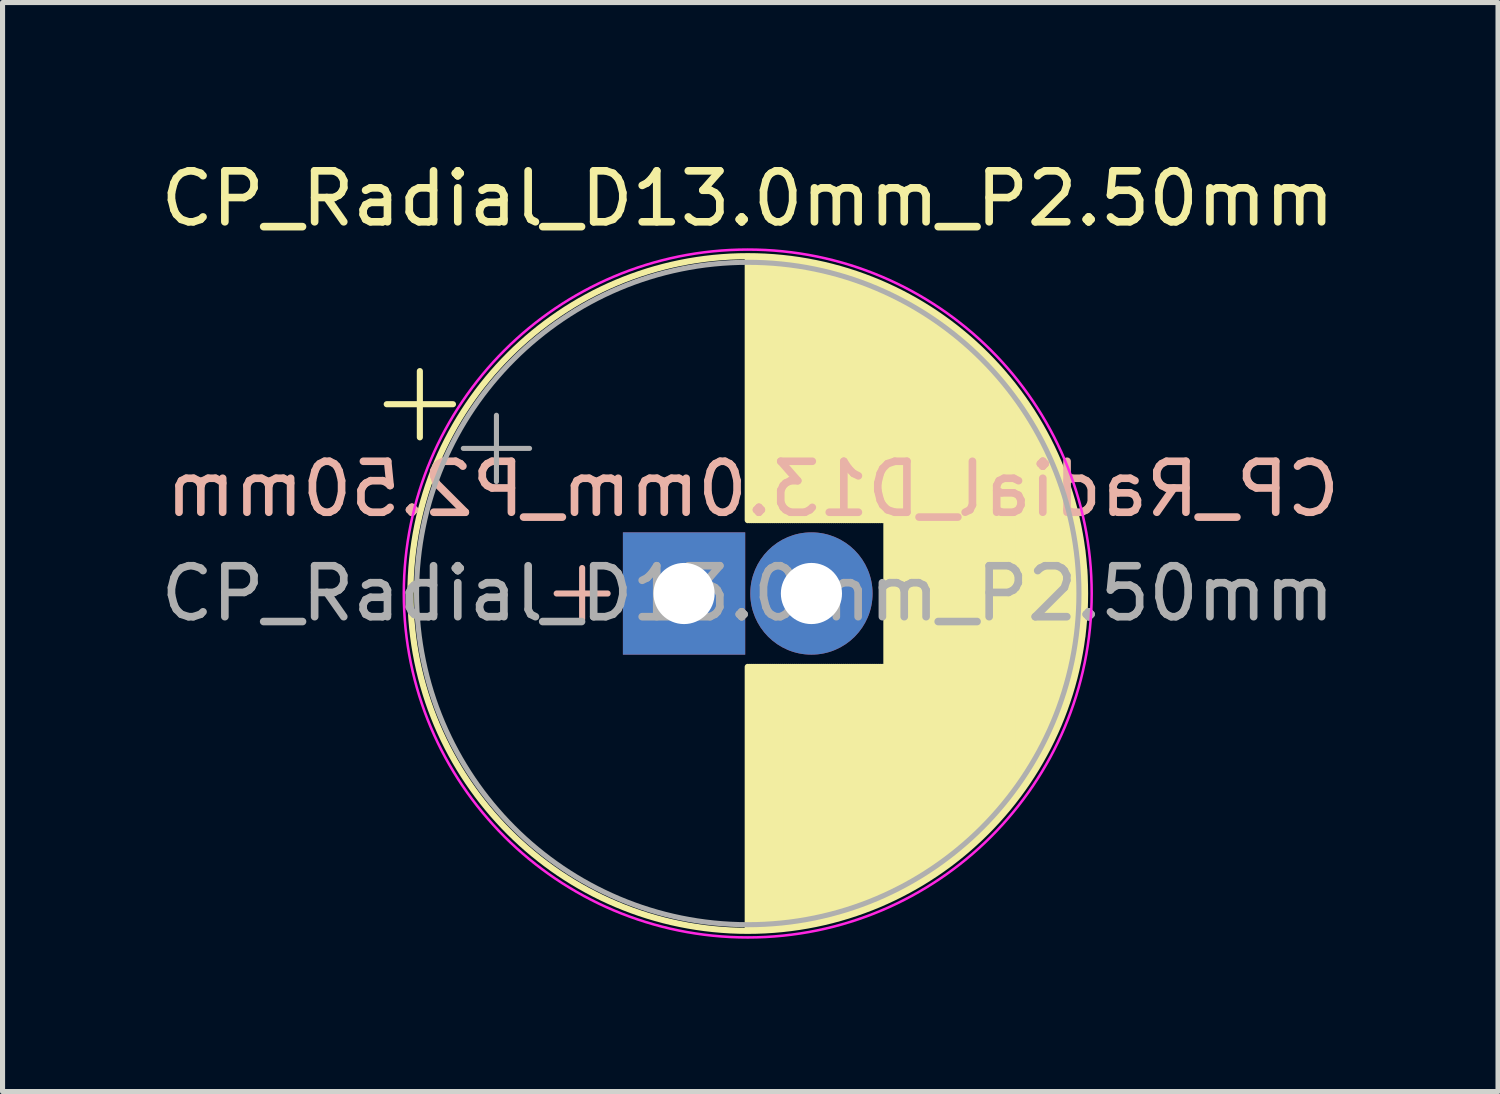
<source format=kicad_pcb>
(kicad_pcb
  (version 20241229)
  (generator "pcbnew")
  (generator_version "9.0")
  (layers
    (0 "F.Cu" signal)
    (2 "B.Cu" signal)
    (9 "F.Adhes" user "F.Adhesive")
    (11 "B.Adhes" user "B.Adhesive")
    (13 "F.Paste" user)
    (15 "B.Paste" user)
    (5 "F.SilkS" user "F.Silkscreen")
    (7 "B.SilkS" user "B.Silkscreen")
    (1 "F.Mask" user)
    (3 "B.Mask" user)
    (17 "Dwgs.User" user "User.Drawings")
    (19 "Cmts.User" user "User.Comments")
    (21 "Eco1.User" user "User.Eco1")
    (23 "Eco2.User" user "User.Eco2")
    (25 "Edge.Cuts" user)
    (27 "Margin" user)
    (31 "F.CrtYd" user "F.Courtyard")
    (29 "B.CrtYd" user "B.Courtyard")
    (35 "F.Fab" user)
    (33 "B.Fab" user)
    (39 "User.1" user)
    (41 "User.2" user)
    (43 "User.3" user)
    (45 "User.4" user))
  (footprint "CP_Radial_D13.0mm_P2.50mm"
    (layer "F.Cu")
    (at 10.375 8.598)
    (property "Reference" "CP_Radial_D13.0mm_P2.50mm" (at 1.25 -7.75 0) (layer "F.SilkS") (effects (font (size 1 1) (thickness 0.15))))
    (fp_line (start -5.835 -3.715) (end -4.535 -3.715) (stroke (width 0.12) (type solid)) (layer "F.SilkS"))
    (fp_line (start -5.185 -4.365) (end -5.185 -3.065) (stroke (width 0.12) (type solid)) (layer "F.SilkS"))
    (fp_line (start 1.25 -6.58) (end 1.25 -1.44) (stroke (width 0.12) (type solid)) (layer "F.SilkS"))
    (fp_line (start 1.25 1.44) (end 1.25 6.58) (stroke (width 0.12) (type solid)) (layer "F.SilkS"))
    (fp_line (start 1.29 -6.58) (end 1.29 -1.44) (stroke (width 0.12) (type solid)) (layer "F.SilkS"))
    (fp_line (start 1.29 1.44) (end 1.29 6.58) (stroke (width 0.12) (type solid)) (layer "F.SilkS"))
    (fp_line (start 1.33 -6.58) (end 1.33 -1.44) (stroke (width 0.12) (type solid)) (layer "F.SilkS"))
    (fp_line (start 1.33 1.44) (end 1.33 6.58) (stroke (width 0.12) (type solid)) (layer "F.SilkS"))
    (fp_line (start 1.37 -6.579) (end 1.37 -1.44) (stroke (width 0.12) (type solid)) (layer "F.SilkS"))
    (fp_line (start 1.37 1.44) (end 1.37 6.579) (stroke (width 0.12) (type solid)) (layer "F.SilkS"))
    (fp_line (start 1.41 -6.579) (end 1.41 -1.44) (stroke (width 0.12) (type solid)) (layer "F.SilkS"))
    (fp_line (start 1.41 1.44) (end 1.41 6.579) (stroke (width 0.12) (type solid)) (layer "F.SilkS"))
    (fp_line (start 1.45 -6.577) (end 1.45 -1.44) (stroke (width 0.12) (type solid)) (layer "F.SilkS"))
    (fp_line (start 1.45 1.44) (end 1.45 6.577) (stroke (width 0.12) (type solid)) (layer "F.SilkS"))
    (fp_line (start 1.49 -6.576) (end 1.49 -1.44) (stroke (width 0.12) (type solid)) (layer "F.SilkS"))
    (fp_line (start 1.49 1.44) (end 1.49 6.576) (stroke (width 0.12) (type solid)) (layer "F.SilkS"))
    (fp_line (start 1.53 -6.575) (end 1.53 -1.44) (stroke (width 0.12) (type solid)) (layer "F.SilkS"))
    (fp_line (start 1.53 1.44) (end 1.53 6.575) (stroke (width 0.12) (type solid)) (layer "F.SilkS"))
    (fp_line (start 1.57 -6.573) (end 1.57 -1.44) (stroke (width 0.12) (type solid)) (layer "F.SilkS"))
    (fp_line (start 1.57 1.44) (end 1.57 6.573) (stroke (width 0.12) (type solid)) (layer "F.SilkS"))
    (fp_line (start 1.61 -6.571) (end 1.61 -1.44) (stroke (width 0.12) (type solid)) (layer "F.SilkS"))
    (fp_line (start 1.61 1.44) (end 1.61 6.571) (stroke (width 0.12) (type solid)) (layer "F.SilkS"))
    (fp_line (start 1.65 -6.568) (end 1.65 -1.44) (stroke (width 0.12) (type solid)) (layer "F.SilkS"))
    (fp_line (start 1.65 1.44) (end 1.65 6.568) (stroke (width 0.12) (type solid)) (layer "F.SilkS"))
    (fp_line (start 1.69 -6.566) (end 1.69 -1.44) (stroke (width 0.12) (type solid)) (layer "F.SilkS"))
    (fp_line (start 1.69 1.44) (end 1.69 6.566) (stroke (width 0.12) (type solid)) (layer "F.SilkS"))
    (fp_line (start 1.73 -6.563) (end 1.73 -1.44) (stroke (width 0.12) (type solid)) (layer "F.SilkS"))
    (fp_line (start 1.73 1.44) (end 1.73 6.563) (stroke (width 0.12) (type solid)) (layer "F.SilkS"))
    (fp_line (start 1.77 -6.56) (end 1.77 -1.44) (stroke (width 0.12) (type solid)) (layer "F.SilkS"))
    (fp_line (start 1.77 1.44) (end 1.77 6.56) (stroke (width 0.12) (type solid)) (layer "F.SilkS"))
    (fp_line (start 1.81 -6.557) (end 1.81 -1.44) (stroke (width 0.12) (type solid)) (layer "F.SilkS"))
    (fp_line (start 1.81 1.44) (end 1.81 6.557) (stroke (width 0.12) (type solid)) (layer "F.SilkS"))
    (fp_line (start 1.85 -6.553) (end 1.85 -1.44) (stroke (width 0.12) (type solid)) (layer "F.SilkS"))
    (fp_line (start 1.85 1.44) (end 1.85 6.553) (stroke (width 0.12) (type solid)) (layer "F.SilkS"))
    (fp_line (start 1.89 -6.549) (end 1.89 -1.44) (stroke (width 0.12) (type solid)) (layer "F.SilkS"))
    (fp_line (start 1.89 1.44) (end 1.89 6.549) (stroke (width 0.12) (type solid)) (layer "F.SilkS"))
    (fp_line (start 1.93 -6.545) (end 1.93 -1.44) (stroke (width 0.12) (type solid)) (layer "F.SilkS"))
    (fp_line (start 1.93 1.44) (end 1.93 6.545) (stroke (width 0.12) (type solid)) (layer "F.SilkS"))
    (fp_line (start 1.971 -6.541) (end 1.971 -1.44) (stroke (width 0.12) (type solid)) (layer "F.SilkS"))
    (fp_line (start 1.971 1.44) (end 1.971 6.541) (stroke (width 0.12) (type solid)) (layer "F.SilkS"))
    (fp_line (start 2.011 -6.537) (end 2.011 -1.44) (stroke (width 0.12) (type solid)) (layer "F.SilkS"))
    (fp_line (start 2.011 1.44) (end 2.011 6.537) (stroke (width 0.12) (type solid)) (layer "F.SilkS"))
    (fp_line (start 2.051 -6.532) (end 2.051 -1.44) (stroke (width 0.12) (type solid)) (layer "F.SilkS"))
    (fp_line (start 2.051 1.44) (end 2.051 6.532) (stroke (width 0.12) (type solid)) (layer "F.SilkS"))
    (fp_line (start 2.091 -6.527) (end 2.091 -1.44) (stroke (width 0.12) (type solid)) (layer "F.SilkS"))
    (fp_line (start 2.091 1.44) (end 2.091 6.527) (stroke (width 0.12) (type solid)) (layer "F.SilkS"))
    (fp_line (start 2.131 -6.522) (end 2.131 -1.44) (stroke (width 0.12) (type solid)) (layer "F.SilkS"))
    (fp_line (start 2.131 1.44) (end 2.131 6.522) (stroke (width 0.12) (type solid)) (layer "F.SilkS"))
    (fp_line (start 2.171 -6.516) (end 2.171 -1.44) (stroke (width 0.12) (type solid)) (layer "F.SilkS"))
    (fp_line (start 2.171 1.44) (end 2.171 6.516) (stroke (width 0.12) (type solid)) (layer "F.SilkS"))
    (fp_line (start 2.211 -6.511) (end 2.211 -1.44) (stroke (width 0.12) (type solid)) (layer "F.SilkS"))
    (fp_line (start 2.211 1.44) (end 2.211 6.511) (stroke (width 0.12) (type solid)) (layer "F.SilkS"))
    (fp_line (start 2.251 -6.505) (end 2.251 -1.44) (stroke (width 0.12) (type solid)) (layer "F.SilkS"))
    (fp_line (start 2.251 1.44) (end 2.251 6.505) (stroke (width 0.12) (type solid)) (layer "F.SilkS"))
    (fp_line (start 2.291 -6.498) (end 2.291 -1.44) (stroke (width 0.12) (type solid)) (layer "F.SilkS"))
    (fp_line (start 2.291 1.44) (end 2.291 6.498) (stroke (width 0.12) (type solid)) (layer "F.SilkS"))
    (fp_line (start 2.331 -6.492) (end 2.331 -1.44) (stroke (width 0.12) (type solid)) (layer "F.SilkS"))
    (fp_line (start 2.331 1.44) (end 2.331 6.492) (stroke (width 0.12) (type solid)) (layer "F.SilkS"))
    (fp_line (start 2.371 -6.485) (end 2.371 -1.44) (stroke (width 0.12) (type solid)) (layer "F.SilkS"))
    (fp_line (start 2.371 1.44) (end 2.371 6.485) (stroke (width 0.12) (type solid)) (layer "F.SilkS"))
    (fp_line (start 2.411 -6.478) (end 2.411 -1.44) (stroke (width 0.12) (type solid)) (layer "F.SilkS"))
    (fp_line (start 2.411 1.44) (end 2.411 6.478) (stroke (width 0.12) (type solid)) (layer "F.SilkS"))
    (fp_line (start 2.451 -6.471) (end 2.451 -1.44) (stroke (width 0.12) (type solid)) (layer "F.SilkS"))
    (fp_line (start 2.451 1.44) (end 2.451 6.471) (stroke (width 0.12) (type solid)) (layer "F.SilkS"))
    (fp_line (start 2.491 -6.463) (end 2.491 -1.44) (stroke (width 0.12) (type solid)) (layer "F.SilkS"))
    (fp_line (start 2.491 1.44) (end 2.491 6.463) (stroke (width 0.12) (type solid)) (layer "F.SilkS"))
    (fp_line (start 2.531 -6.456) (end 2.531 -1.44) (stroke (width 0.12) (type solid)) (layer "F.SilkS"))
    (fp_line (start 2.531 1.44) (end 2.531 6.456) (stroke (width 0.12) (type solid)) (layer "F.SilkS"))
    (fp_line (start 2.571 -6.448) (end 2.571 -1.44) (stroke (width 0.12) (type solid)) (layer "F.SilkS"))
    (fp_line (start 2.571 1.44) (end 2.571 6.448) (stroke (width 0.12) (type solid)) (layer "F.SilkS"))
    (fp_line (start 2.611 -6.439) (end 2.611 -1.44) (stroke (width 0.12) (type solid)) (layer "F.SilkS"))
    (fp_line (start 2.611 1.44) (end 2.611 6.439) (stroke (width 0.12) (type solid)) (layer "F.SilkS"))
    (fp_line (start 2.651 -6.431) (end 2.651 -1.44) (stroke (width 0.12) (type solid)) (layer "F.SilkS"))
    (fp_line (start 2.651 1.44) (end 2.651 6.431) (stroke (width 0.12) (type solid)) (layer "F.SilkS"))
    (fp_line (start 2.691 -6.422) (end 2.691 -1.44) (stroke (width 0.12) (type solid)) (layer "F.SilkS"))
    (fp_line (start 2.691 1.44) (end 2.691 6.422) (stroke (width 0.12) (type solid)) (layer "F.SilkS"))
    (fp_line (start 2.731 -6.413) (end 2.731 -1.44) (stroke (width 0.12) (type solid)) (layer "F.SilkS"))
    (fp_line (start 2.731 1.44) (end 2.731 6.413) (stroke (width 0.12) (type solid)) (layer "F.SilkS"))
    (fp_line (start 2.771 -6.404) (end 2.771 -1.44) (stroke (width 0.12) (type solid)) (layer "F.SilkS"))
    (fp_line (start 2.771 1.44) (end 2.771 6.404) (stroke (width 0.12) (type solid)) (layer "F.SilkS"))
    (fp_line (start 2.811 -6.394) (end 2.811 -1.44) (stroke (width 0.12) (type solid)) (layer "F.SilkS"))
    (fp_line (start 2.811 1.44) (end 2.811 6.394) (stroke (width 0.12) (type solid)) (layer "F.SilkS"))
    (fp_line (start 2.851 -6.384) (end 2.851 -1.44) (stroke (width 0.12) (type solid)) (layer "F.SilkS"))
    (fp_line (start 2.851 1.44) (end 2.851 6.384) (stroke (width 0.12) (type solid)) (layer "F.SilkS"))
    (fp_line (start 2.891 -6.374) (end 2.891 -1.44) (stroke (width 0.12) (type solid)) (layer "F.SilkS"))
    (fp_line (start 2.891 1.44) (end 2.891 6.374) (stroke (width 0.12) (type solid)) (layer "F.SilkS"))
    (fp_line (start 2.931 -6.364) (end 2.931 -1.44) (stroke (width 0.12) (type solid)) (layer "F.SilkS"))
    (fp_line (start 2.931 1.44) (end 2.931 6.364) (stroke (width 0.12) (type solid)) (layer "F.SilkS"))
    (fp_line (start 2.971 -6.353) (end 2.971 -1.44) (stroke (width 0.12) (type solid)) (layer "F.SilkS"))
    (fp_line (start 2.971 1.44) (end 2.971 6.353) (stroke (width 0.12) (type solid)) (layer "F.SilkS"))
    (fp_line (start 3.011 -6.342) (end 3.011 -1.44) (stroke (width 0.12) (type solid)) (layer "F.SilkS"))
    (fp_line (start 3.011 1.44) (end 3.011 6.342) (stroke (width 0.12) (type solid)) (layer "F.SilkS"))
    (fp_line (start 3.051 -6.331) (end 3.051 -1.44) (stroke (width 0.12) (type solid)) (layer "F.SilkS"))
    (fp_line (start 3.051 1.44) (end 3.051 6.331) (stroke (width 0.12) (type solid)) (layer "F.SilkS"))
    (fp_line (start 3.091 -6.32) (end 3.091 -1.44) (stroke (width 0.12) (type solid)) (layer "F.SilkS"))
    (fp_line (start 3.091 1.44) (end 3.091 6.32) (stroke (width 0.12) (type solid)) (layer "F.SilkS"))
    (fp_line (start 3.131 -6.308) (end 3.131 -1.44) (stroke (width 0.12) (type solid)) (layer "F.SilkS"))
    (fp_line (start 3.131 1.44) (end 3.131 6.308) (stroke (width 0.12) (type solid)) (layer "F.SilkS"))
    (fp_line (start 3.171 -6.296) (end 3.171 -1.44) (stroke (width 0.12) (type solid)) (layer "F.SilkS"))
    (fp_line (start 3.171 1.44) (end 3.171 6.296) (stroke (width 0.12) (type solid)) (layer "F.SilkS"))
    (fp_line (start 3.211 -6.284) (end 3.211 -1.44) (stroke (width 0.12) (type solid)) (layer "F.SilkS"))
    (fp_line (start 3.211 1.44) (end 3.211 6.284) (stroke (width 0.12) (type solid)) (layer "F.SilkS"))
    (fp_line (start 3.251 -6.271) (end 3.251 -1.44) (stroke (width 0.12) (type solid)) (layer "F.SilkS"))
    (fp_line (start 3.251 1.44) (end 3.251 6.271) (stroke (width 0.12) (type solid)) (layer "F.SilkS"))
    (fp_line (start 3.291 -6.258) (end 3.291 -1.44) (stroke (width 0.12) (type solid)) (layer "F.SilkS"))
    (fp_line (start 3.291 1.44) (end 3.291 6.258) (stroke (width 0.12) (type solid)) (layer "F.SilkS"))
    (fp_line (start 3.331 -6.245) (end 3.331 -1.44) (stroke (width 0.12) (type solid)) (layer "F.SilkS"))
    (fp_line (start 3.331 1.44) (end 3.331 6.245) (stroke (width 0.12) (type solid)) (layer "F.SilkS"))
    (fp_line (start 3.371 -6.232) (end 3.371 -1.44) (stroke (width 0.12) (type solid)) (layer "F.SilkS"))
    (fp_line (start 3.371 1.44) (end 3.371 6.232) (stroke (width 0.12) (type solid)) (layer "F.SilkS"))
    (fp_line (start 3.411 -6.218) (end 3.411 -1.44) (stroke (width 0.12) (type solid)) (layer "F.SilkS"))
    (fp_line (start 3.411 1.44) (end 3.411 6.218) (stroke (width 0.12) (type solid)) (layer "F.SilkS"))
    (fp_line (start 3.451 -6.204) (end 3.451 -1.44) (stroke (width 0.12) (type solid)) (layer "F.SilkS"))
    (fp_line (start 3.451 1.44) (end 3.451 6.204) (stroke (width 0.12) (type solid)) (layer "F.SilkS"))
    (fp_line (start 3.491 -6.19) (end 3.491 -1.44) (stroke (width 0.12) (type solid)) (layer "F.SilkS"))
    (fp_line (start 3.491 1.44) (end 3.491 6.19) (stroke (width 0.12) (type solid)) (layer "F.SilkS"))
    (fp_line (start 3.531 -6.175) (end 3.531 -1.44) (stroke (width 0.12) (type solid)) (layer "F.SilkS"))
    (fp_line (start 3.531 1.44) (end 3.531 6.175) (stroke (width 0.12) (type solid)) (layer "F.SilkS"))
    (fp_line (start 3.571 -6.161) (end 3.571 -1.44) (stroke (width 0.12) (type solid)) (layer "F.SilkS"))
    (fp_line (start 3.571 1.44) (end 3.571 6.161) (stroke (width 0.12) (type solid)) (layer "F.SilkS"))
    (fp_line (start 3.611 -6.146) (end 3.611 -1.44) (stroke (width 0.12) (type solid)) (layer "F.SilkS"))
    (fp_line (start 3.611 1.44) (end 3.611 6.146) (stroke (width 0.12) (type solid)) (layer "F.SilkS"))
    (fp_line (start 3.651 -6.13) (end 3.651 -1.44) (stroke (width 0.12) (type solid)) (layer "F.SilkS"))
    (fp_line (start 3.651 1.44) (end 3.651 6.13) (stroke (width 0.12) (type solid)) (layer "F.SilkS"))
    (fp_line (start 3.691 -6.114) (end 3.691 -1.44) (stroke (width 0.12) (type solid)) (layer "F.SilkS"))
    (fp_line (start 3.691 1.44) (end 3.691 6.114) (stroke (width 0.12) (type solid)) (layer "F.SilkS"))
    (fp_line (start 3.731 -6.098) (end 3.731 -1.44) (stroke (width 0.12) (type solid)) (layer "F.SilkS"))
    (fp_line (start 3.731 1.44) (end 3.731 6.098) (stroke (width 0.12) (type solid)) (layer "F.SilkS"))
    (fp_line (start 3.771 -6.082) (end 3.771 -1.44) (stroke (width 0.12) (type solid)) (layer "F.SilkS"))
    (fp_line (start 3.771 1.44) (end 3.771 6.082) (stroke (width 0.12) (type solid)) (layer "F.SilkS"))
    (fp_line (start 3.811 -6.065) (end 3.811 -1.44) (stroke (width 0.12) (type solid)) (layer "F.SilkS"))
    (fp_line (start 3.811 1.44) (end 3.811 6.065) (stroke (width 0.12) (type solid)) (layer "F.SilkS"))
    (fp_line (start 3.851 -6.049) (end 3.851 -1.44) (stroke (width 0.12) (type solid)) (layer "F.SilkS"))
    (fp_line (start 3.851 1.44) (end 3.851 6.049) (stroke (width 0.12) (type solid)) (layer "F.SilkS"))
    (fp_line (start 3.891 -6.031) (end 3.891 -1.44) (stroke (width 0.12) (type solid)) (layer "F.SilkS"))
    (fp_line (start 3.891 1.44) (end 3.891 6.031) (stroke (width 0.12) (type solid)) (layer "F.SilkS"))
    (fp_line (start 3.931 -6.014) (end 3.931 -1.44) (stroke (width 0.12) (type solid)) (layer "F.SilkS"))
    (fp_line (start 3.931 1.44) (end 3.931 6.014) (stroke (width 0.12) (type solid)) (layer "F.SilkS"))
    (fp_line (start 3.971 -5.996) (end 3.971 5.996) (stroke (width 0.12) (type solid)) (layer "F.SilkS"))
    (fp_line (start 4.011 -5.978) (end 4.011 5.978) (stroke (width 0.12) (type solid)) (layer "F.SilkS"))
    (fp_line (start 4.051 -5.959) (end 4.051 5.959) (stroke (width 0.12) (type solid)) (layer "F.SilkS"))
    (fp_line (start 4.091 -5.94) (end 4.091 5.94) (stroke (width 0.12) (type solid)) (layer "F.SilkS"))
    (fp_line (start 4.131 -5.921) (end 4.131 5.921) (stroke (width 0.12) (type solid)) (layer "F.SilkS"))
    (fp_line (start 4.171 -5.902) (end 4.171 5.902) (stroke (width 0.12) (type solid)) (layer "F.SilkS"))
    (fp_line (start 4.211 -5.882) (end 4.211 5.882) (stroke (width 0.12) (type solid)) (layer "F.SilkS"))
    (fp_line (start 4.251 -5.862) (end 4.251 5.862) (stroke (width 0.12) (type solid)) (layer "F.SilkS"))
    (fp_line (start 4.291 -5.841) (end 4.291 5.841) (stroke (width 0.12) (type solid)) (layer "F.SilkS"))
    (fp_line (start 4.331 -5.82) (end 4.331 5.82) (stroke (width 0.12) (type solid)) (layer "F.SilkS"))
    (fp_line (start 4.371 -5.799) (end 4.371 5.799) (stroke (width 0.12) (type solid)) (layer "F.SilkS"))
    (fp_line (start 4.411 -5.778) (end 4.411 5.778) (stroke (width 0.12) (type solid)) (layer "F.SilkS"))
    (fp_line (start 4.451 -5.756) (end 4.451 5.756) (stroke (width 0.12) (type solid)) (layer "F.SilkS"))
    (fp_line (start 4.491 -5.733) (end 4.491 5.733) (stroke (width 0.12) (type solid)) (layer "F.SilkS"))
    (fp_line (start 4.531 -5.711) (end 4.531 5.711) (stroke (width 0.12) (type solid)) (layer "F.SilkS"))
    (fp_line (start 4.571 -5.688) (end 4.571 5.688) (stroke (width 0.12) (type solid)) (layer "F.SilkS"))
    (fp_line (start 4.611 -5.664) (end 4.611 5.664) (stroke (width 0.12) (type solid)) (layer "F.SilkS"))
    (fp_line (start 4.651 -5.641) (end 4.651 5.641) (stroke (width 0.12) (type solid)) (layer "F.SilkS"))
    (fp_line (start 4.691 -5.617) (end 4.691 5.617) (stroke (width 0.12) (type solid)) (layer "F.SilkS"))
    (fp_line (start 4.731 -5.592) (end 4.731 5.592) (stroke (width 0.12) (type solid)) (layer "F.SilkS"))
    (fp_line (start 4.771 -5.567) (end 4.771 5.567) (stroke (width 0.12) (type solid)) (layer "F.SilkS"))
    (fp_line (start 4.811 -5.542) (end 4.811 5.542) (stroke (width 0.12) (type solid)) (layer "F.SilkS"))
    (fp_line (start 4.851 -5.516) (end 4.851 5.516) (stroke (width 0.12) (type solid)) (layer "F.SilkS"))
    (fp_line (start 4.891 -5.49) (end 4.891 5.49) (stroke (width 0.12) (type solid)) (layer "F.SilkS"))
    (fp_line (start 4.931 -5.463) (end 4.931 5.463) (stroke (width 0.12) (type solid)) (layer "F.SilkS"))
    (fp_line (start 4.971 -5.436) (end 4.971 5.436) (stroke (width 0.12) (type solid)) (layer "F.SilkS"))
    (fp_line (start 5.011 -5.409) (end 5.011 5.409) (stroke (width 0.12) (type solid)) (layer "F.SilkS"))
    (fp_line (start 5.051 -5.381) (end 5.051 5.381) (stroke (width 0.12) (type solid)) (layer "F.SilkS"))
    (fp_line (start 5.091 -5.353) (end 5.091 5.353) (stroke (width 0.12) (type solid)) (layer "F.SilkS"))
    (fp_line (start 5.131 -5.324) (end 5.131 5.324) (stroke (width 0.12) (type solid)) (layer "F.SilkS"))
    (fp_line (start 5.171 -5.295) (end 5.171 5.295) (stroke (width 0.12) (type solid)) (layer "F.SilkS"))
    (fp_line (start 5.211 -5.265) (end 5.211 5.265) (stroke (width 0.12) (type solid)) (layer "F.SilkS"))
    (fp_line (start 5.251 -5.235) (end 5.251 5.235) (stroke (width 0.12) (type solid)) (layer "F.SilkS"))
    (fp_line (start 5.291 -5.205) (end 5.291 5.205) (stroke (width 0.12) (type solid)) (layer "F.SilkS"))
    (fp_line (start 5.331 -5.174) (end 5.331 5.174) (stroke (width 0.12) (type solid)) (layer "F.SilkS"))
    (fp_line (start 5.371 -5.142) (end 5.371 5.142) (stroke (width 0.12) (type solid)) (layer "F.SilkS"))
    (fp_line (start 5.411 -5.11) (end 5.411 5.11) (stroke (width 0.12) (type solid)) (layer "F.SilkS"))
    (fp_line (start 5.451 -5.078) (end 5.451 5.078) (stroke (width 0.12) (type solid)) (layer "F.SilkS"))
    (fp_line (start 5.491 -5.044) (end 5.491 5.044) (stroke (width 0.12) (type solid)) (layer "F.SilkS"))
    (fp_line (start 5.531 -5.011) (end 5.531 5.011) (stroke (width 0.12) (type solid)) (layer "F.SilkS"))
    (fp_line (start 5.571 -4.977) (end 5.571 4.977) (stroke (width 0.12) (type solid)) (layer "F.SilkS"))
    (fp_line (start 5.611 -4.942) (end 5.611 4.942) (stroke (width 0.12) (type solid)) (layer "F.SilkS"))
    (fp_line (start 5.651 -4.907) (end 5.651 4.907) (stroke (width 0.12) (type solid)) (layer "F.SilkS"))
    (fp_line (start 5.691 -4.871) (end 5.691 4.871) (stroke (width 0.12) (type solid)) (layer "F.SilkS"))
    (fp_line (start 5.731 -4.834) (end 5.731 4.834) (stroke (width 0.12) (type solid)) (layer "F.SilkS"))
    (fp_line (start 5.771 -4.797) (end 5.771 4.797) (stroke (width 0.12) (type solid)) (layer "F.SilkS"))
    (fp_line (start 5.811 -4.76) (end 5.811 4.76) (stroke (width 0.12) (type solid)) (layer "F.SilkS"))
    (fp_line (start 5.851 -4.721) (end 5.851 4.721) (stroke (width 0.12) (type solid)) (layer "F.SilkS"))
    (fp_line (start 5.891 -4.682) (end 5.891 4.682) (stroke (width 0.12) (type solid)) (layer "F.SilkS"))
    (fp_line (start 5.931 -4.643) (end 5.931 4.643) (stroke (width 0.12) (type solid)) (layer "F.SilkS"))
    (fp_line (start 5.971 -4.602) (end 5.971 4.602) (stroke (width 0.12) (type solid)) (layer "F.SilkS"))
    (fp_line (start 6.011 -4.561) (end 6.011 4.561) (stroke (width 0.12) (type solid)) (layer "F.SilkS"))
    (fp_line (start 6.051 -4.519) (end 6.051 4.519) (stroke (width 0.12) (type solid)) (layer "F.SilkS"))
    (fp_line (start 6.091 -4.477) (end 6.091 4.477) (stroke (width 0.12) (type solid)) (layer "F.SilkS"))
    (fp_line (start 6.131 -4.434) (end 6.131 4.434) (stroke (width 0.12) (type solid)) (layer "F.SilkS"))
    (fp_line (start 6.171 -4.39) (end 6.171 4.39) (stroke (width 0.12) (type solid)) (layer "F.SilkS"))
    (fp_line (start 6.211 -4.345) (end 6.211 4.345) (stroke (width 0.12) (type solid)) (layer "F.SilkS"))
    (fp_line (start 6.251 -4.299) (end 6.251 4.299) (stroke (width 0.12) (type solid)) (layer "F.SilkS"))
    (fp_line (start 6.291 -4.253) (end 6.291 4.253) (stroke (width 0.12) (type solid)) (layer "F.SilkS"))
    (fp_line (start 6.331 -4.205) (end 6.331 4.205) (stroke (width 0.12) (type solid)) (layer "F.SilkS"))
    (fp_line (start 6.371 -4.157) (end 6.371 4.157) (stroke (width 0.12) (type solid)) (layer "F.SilkS"))
    (fp_line (start 6.411 -4.108) (end 6.411 4.108) (stroke (width 0.12) (type solid)) (layer "F.SilkS"))
    (fp_line (start 6.451 -4.057) (end 6.451 4.057) (stroke (width 0.12) (type solid)) (layer "F.SilkS"))
    (fp_line (start 6.491 -4.006) (end 6.491 4.006) (stroke (width 0.12) (type solid)) (layer "F.SilkS"))
    (fp_line (start 6.531 -3.954) (end 6.531 3.954) (stroke (width 0.12) (type solid)) (layer "F.SilkS"))
    (fp_line (start 6.571 -3.9) (end 6.571 3.9) (stroke (width 0.12) (type solid)) (layer "F.SilkS"))
    (fp_line (start 6.611 -3.846) (end 6.611 3.846) (stroke (width 0.12) (type solid)) (layer "F.SilkS"))
    (fp_line (start 6.651 -3.79) (end 6.651 3.79) (stroke (width 0.12) (type solid)) (layer "F.SilkS"))
    (fp_line (start 6.691 -3.733) (end 6.691 3.733) (stroke (width 0.12) (type solid)) (layer "F.SilkS"))
    (fp_line (start 6.731 -3.675) (end 6.731 3.675) (stroke (width 0.12) (type solid)) (layer "F.SilkS"))
    (fp_line (start 6.771 -3.615) (end 6.771 3.615) (stroke (width 0.12) (type solid)) (layer "F.SilkS"))
    (fp_line (start 6.811 -3.554) (end 6.811 3.554) (stroke (width 0.12) (type solid)) (layer "F.SilkS"))
    (fp_line (start 6.851 -3.491) (end 6.851 3.491) (stroke (width 0.12) (type solid)) (layer "F.SilkS"))
    (fp_line (start 6.891 -3.427) (end 6.891 3.427) (stroke (width 0.12) (type solid)) (layer "F.SilkS"))
    (fp_line (start 6.931 -3.361) (end 6.931 3.361) (stroke (width 0.12) (type solid)) (layer "F.SilkS"))
    (fp_line (start 6.971 -3.293) (end 6.971 3.293) (stroke (width 0.12) (type solid)) (layer "F.SilkS"))
    (fp_line (start 7.011 -3.223) (end 7.011 3.223) (stroke (width 0.12) (type solid)) (layer "F.SilkS"))
    (fp_line (start 7.051 -3.152) (end 7.051 3.152) (stroke (width 0.12) (type solid)) (layer "F.SilkS"))
    (fp_line (start 7.091 -3.078) (end 7.091 3.078) (stroke (width 0.12) (type solid)) (layer "F.SilkS"))
    (fp_line (start 7.131 -3.002) (end 7.131 3.002) (stroke (width 0.12) (type solid)) (layer "F.SilkS"))
    (fp_line (start 7.171 -2.923) (end 7.171 2.923) (stroke (width 0.12) (type solid)) (layer "F.SilkS"))
    (fp_line (start 7.211 -2.842) (end 7.211 2.842) (stroke (width 0.12) (type solid)) (layer "F.SilkS"))
    (fp_line (start 7.251 -2.758) (end 7.251 2.758) (stroke (width 0.12) (type solid)) (layer "F.SilkS"))
    (fp_line (start 7.291 -2.67) (end 7.291 2.67) (stroke (width 0.12) (type solid)) (layer "F.SilkS"))
    (fp_line (start 7.331 -2.579) (end 7.331 2.579) (stroke (width 0.12) (type solid)) (layer "F.SilkS"))
    (fp_line (start 7.371 -2.484) (end 7.371 2.484) (stroke (width 0.12) (type solid)) (layer "F.SilkS"))
    (fp_line (start 7.411 -2.385) (end 7.411 2.385) (stroke (width 0.12) (type solid)) (layer "F.SilkS"))
    (fp_line (start 7.451 -2.281) (end 7.451 2.281) (stroke (width 0.12) (type solid)) (layer "F.SilkS"))
    (fp_line (start 7.491 -2.171) (end 7.491 2.171) (stroke (width 0.12) (type solid)) (layer "F.SilkS"))
    (fp_line (start 7.531 -2.055) (end 7.531 2.055) (stroke (width 0.12) (type solid)) (layer "F.SilkS"))
    (fp_line (start 7.571 -1.931) (end 7.571 1.931) (stroke (width 0.12) (type solid)) (layer "F.SilkS"))
    (fp_line (start 7.611 -1.798) (end 7.611 1.798) (stroke (width 0.12) (type solid)) (layer "F.SilkS"))
    (fp_line (start 7.651 -1.653) (end 7.651 1.653) (stroke (width 0.12) (type solid)) (layer "F.SilkS"))
    (fp_line (start 7.691 -1.494) (end 7.691 1.494) (stroke (width 0.12) (type solid)) (layer "F.SilkS"))
    (fp_line (start 7.731 -1.315) (end 7.731 1.315) (stroke (width 0.12) (type solid)) (layer "F.SilkS"))
    (fp_line (start 7.771 -1.107) (end 7.771 1.107) (stroke (width 0.12) (type solid)) (layer "F.SilkS"))
    (fp_line (start 7.811 -0.85) (end 7.811 0.85) (stroke (width 0.12) (type solid)) (layer "F.SilkS"))
    (fp_line (start 7.851 -0.475) (end 7.851 0.475) (stroke (width 0.12) (type solid)) (layer "F.SilkS"))
    (fp_circle (center 1.25 0) (end 7.87 0) (stroke (width 0.12) (type solid)) (fill no) (layer "F.SilkS"))
    (fp_line (start -2 -0.5) (end -2 0.5) (stroke (width 0.12) (type solid)) (layer "B.SilkS"))
    (fp_line (start -1.5 0) (end -2.5 0) (stroke (width 0.12) (type solid)) (layer "B.SilkS"))
    (fp_circle (center 1.25 0) (end 8 0) (stroke (width 0.05) (type solid)) (fill no) (layer "F.CrtYd"))
    (fp_line (start -4.332 -2.848) (end -3.032 -2.848) (stroke (width 0.1) (type solid)) (layer "F.Fab"))
    (fp_line (start -3.682 -3.498) (end -3.682 -2.197) (stroke (width 0.1) (type solid)) (layer "F.Fab"))
    (fp_circle (center 1.25 0) (end 7.75 0) (stroke (width 0.1) (type solid)) (fill no) (layer "F.Fab"))
    (fp_text user "${REFERENCE}" (at 1.35 -2.05 0) (layer "B.SilkS") (effects (font (size 1 1) (thickness 0.15)) (justify mirror)))
    (fp_text user "${REFERENCE}" (at 1.25 0 0) (layer "F.Fab") (effects (font (size 1 1) (thickness 0.15))))
    (pad "1" thru_hole rect (at 0 0) (size 2.4 2.4) (drill 1.2) (layers "*.Cu" "*.Mask"))
    (pad "2" thru_hole circle (at 2.5 0) (size 2.4 2.4) (drill 1.2) (layers "*.Cu" "*.Mask")))
  (gr_rect
    (start -3 -3)
    (end 26.35 18.373)
    (stroke (width 0.1) (type default))
    (fill no)
    (layer "Edge.Cuts")))
</source>
